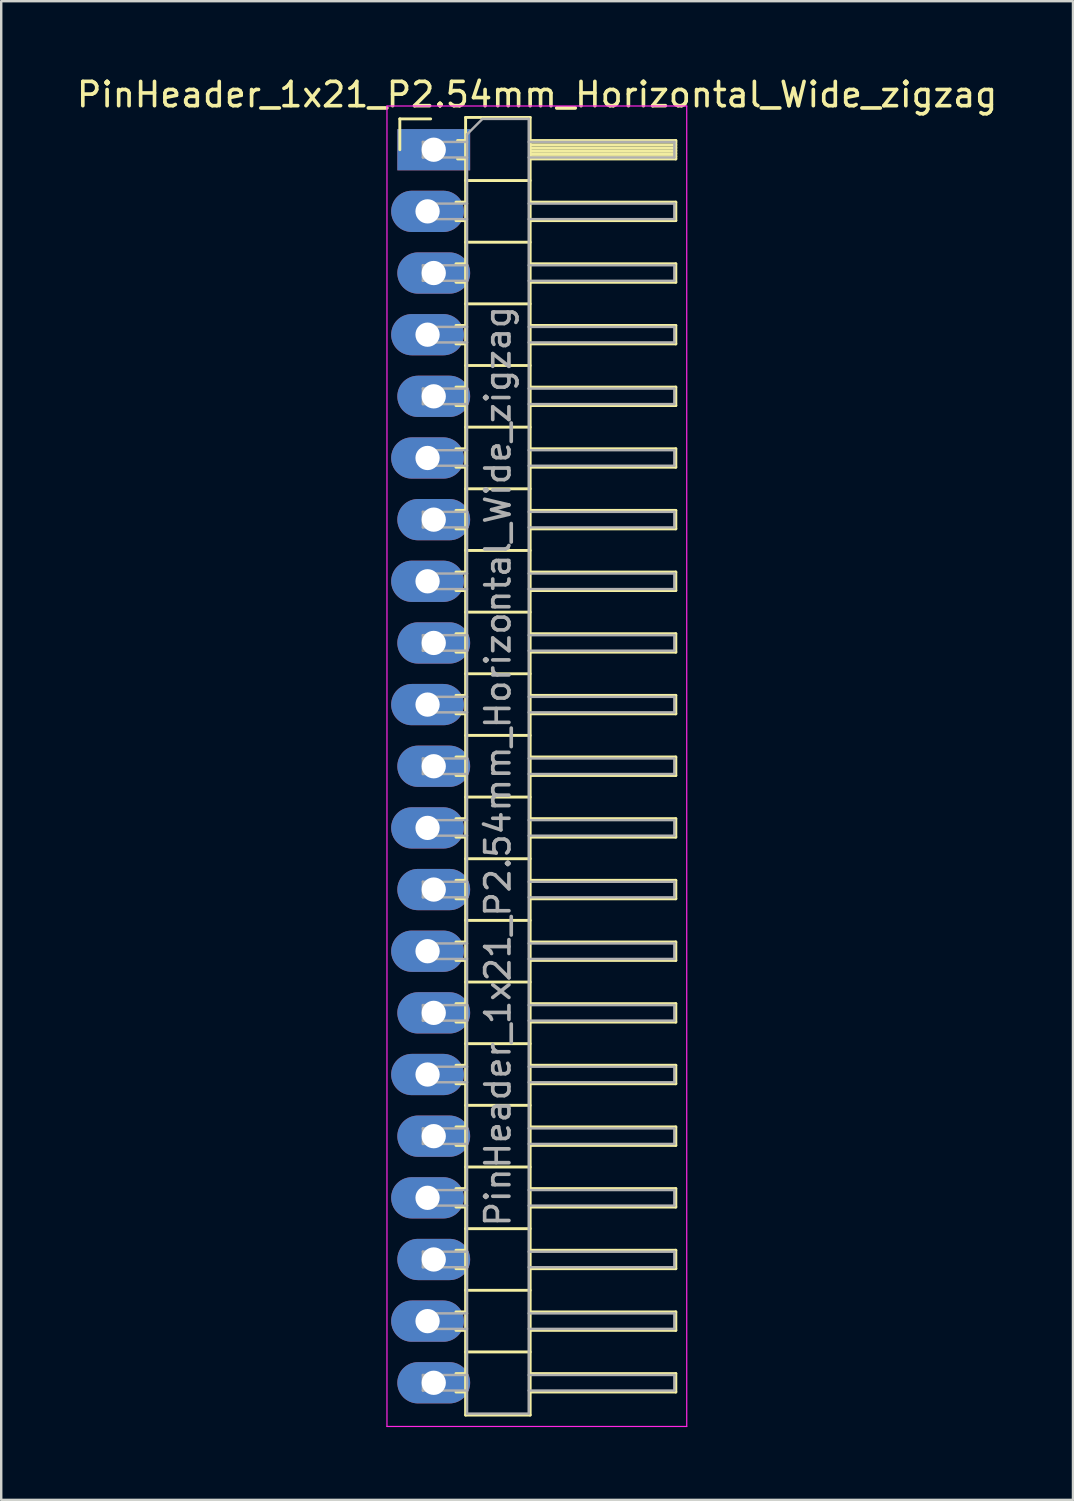
<source format=kicad_pcb>
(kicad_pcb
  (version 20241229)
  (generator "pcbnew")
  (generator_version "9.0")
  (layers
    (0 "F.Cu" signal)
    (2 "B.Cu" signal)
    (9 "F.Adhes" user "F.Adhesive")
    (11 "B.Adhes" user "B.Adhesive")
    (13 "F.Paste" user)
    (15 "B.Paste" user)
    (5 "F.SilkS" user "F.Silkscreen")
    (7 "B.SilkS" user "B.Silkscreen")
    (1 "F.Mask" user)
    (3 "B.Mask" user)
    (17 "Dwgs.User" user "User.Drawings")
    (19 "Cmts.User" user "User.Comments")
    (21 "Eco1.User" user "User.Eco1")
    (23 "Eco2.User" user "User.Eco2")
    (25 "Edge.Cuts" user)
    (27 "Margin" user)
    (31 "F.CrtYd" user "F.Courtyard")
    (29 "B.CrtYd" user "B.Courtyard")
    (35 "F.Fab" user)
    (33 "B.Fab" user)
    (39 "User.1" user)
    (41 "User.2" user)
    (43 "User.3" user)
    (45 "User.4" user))
  (footprint "PinHeader_1x21_P2.54mm_Horizontal_Wide_zigzag"
    (layer "F.Cu")
    (at 14.692 3.118)
    (property "Reference" "PinHeader_1x21_P2.54mm_Horizontal_Wide_zigzag" (at 4.385 -2.27 0) (layer "F.SilkS") (effects (font (size 1 1) (thickness 0.15))))
    (attr through_hole)
    (fp_line (start -1.27 -1.27) (end 0 -1.27) (stroke (width 0.12) (type solid)) (layer "F.SilkS"))
    (fp_line (start -1.27 0) (end -1.27 -1.27) (stroke (width 0.12) (type solid)) (layer "F.SilkS"))
    (fp_line (start 1.043 2.16) (end 1.44 2.16) (stroke (width 0.12) (type solid)) (layer "F.SilkS"))
    (fp_line (start 1.043 2.92) (end 1.44 2.92) (stroke (width 0.12) (type solid)) (layer "F.SilkS"))
    (fp_line (start 1.043 4.7) (end 1.44 4.7) (stroke (width 0.12) (type solid)) (layer "F.SilkS"))
    (fp_line (start 1.043 5.46) (end 1.44 5.46) (stroke (width 0.12) (type solid)) (layer "F.SilkS"))
    (fp_line (start 1.043 7.24) (end 1.44 7.24) (stroke (width 0.12) (type solid)) (layer "F.SilkS"))
    (fp_line (start 1.043 8) (end 1.44 8) (stroke (width 0.12) (type solid)) (layer "F.SilkS"))
    (fp_line (start 1.043 9.78) (end 1.44 9.78) (stroke (width 0.12) (type solid)) (layer "F.SilkS"))
    (fp_line (start 1.043 10.54) (end 1.44 10.54) (stroke (width 0.12) (type solid)) (layer "F.SilkS"))
    (fp_line (start 1.043 12.32) (end 1.44 12.32) (stroke (width 0.12) (type solid)) (layer "F.SilkS"))
    (fp_line (start 1.043 13.08) (end 1.44 13.08) (stroke (width 0.12) (type solid)) (layer "F.SilkS"))
    (fp_line (start 1.043 14.86) (end 1.44 14.86) (stroke (width 0.12) (type solid)) (layer "F.SilkS"))
    (fp_line (start 1.043 15.62) (end 1.44 15.62) (stroke (width 0.12) (type solid)) (layer "F.SilkS"))
    (fp_line (start 1.043 17.4) (end 1.44 17.4) (stroke (width 0.12) (type solid)) (layer "F.SilkS"))
    (fp_line (start 1.043 18.16) (end 1.44 18.16) (stroke (width 0.12) (type solid)) (layer "F.SilkS"))
    (fp_line (start 1.043 19.94) (end 1.44 19.94) (stroke (width 0.12) (type solid)) (layer "F.SilkS"))
    (fp_line (start 1.043 20.7) (end 1.44 20.7) (stroke (width 0.12) (type solid)) (layer "F.SilkS"))
    (fp_line (start 1.043 22.48) (end 1.44 22.48) (stroke (width 0.12) (type solid)) (layer "F.SilkS"))
    (fp_line (start 1.043 23.24) (end 1.44 23.24) (stroke (width 0.12) (type solid)) (layer "F.SilkS"))
    (fp_line (start 1.043 25.02) (end 1.44 25.02) (stroke (width 0.12) (type solid)) (layer "F.SilkS"))
    (fp_line (start 1.043 25.78) (end 1.44 25.78) (stroke (width 0.12) (type solid)) (layer "F.SilkS"))
    (fp_line (start 1.043 27.56) (end 1.44 27.56) (stroke (width 0.12) (type solid)) (layer "F.SilkS"))
    (fp_line (start 1.043 28.32) (end 1.44 28.32) (stroke (width 0.12) (type solid)) (layer "F.SilkS"))
    (fp_line (start 1.043 30.1) (end 1.44 30.1) (stroke (width 0.12) (type solid)) (layer "F.SilkS"))
    (fp_line (start 1.043 30.86) (end 1.44 30.86) (stroke (width 0.12) (type solid)) (layer "F.SilkS"))
    (fp_line (start 1.043 32.64) (end 1.44 32.64) (stroke (width 0.12) (type solid)) (layer "F.SilkS"))
    (fp_line (start 1.043 33.4) (end 1.44 33.4) (stroke (width 0.12) (type solid)) (layer "F.SilkS"))
    (fp_line (start 1.043 35.18) (end 1.44 35.18) (stroke (width 0.12) (type solid)) (layer "F.SilkS"))
    (fp_line (start 1.043 35.94) (end 1.44 35.94) (stroke (width 0.12) (type solid)) (layer "F.SilkS"))
    (fp_line (start 1.043 37.72) (end 1.44 37.72) (stroke (width 0.12) (type solid)) (layer "F.SilkS"))
    (fp_line (start 1.043 38.48) (end 1.44 38.48) (stroke (width 0.12) (type solid)) (layer "F.SilkS"))
    (fp_line (start 1.043 40.26) (end 1.44 40.26) (stroke (width 0.12) (type solid)) (layer "F.SilkS"))
    (fp_line (start 1.043 41.02) (end 1.44 41.02) (stroke (width 0.12) (type solid)) (layer "F.SilkS"))
    (fp_line (start 1.043 42.8) (end 1.44 42.8) (stroke (width 0.12) (type solid)) (layer "F.SilkS"))
    (fp_line (start 1.043 43.56) (end 1.44 43.56) (stroke (width 0.12) (type solid)) (layer "F.SilkS"))
    (fp_line (start 1.043 45.34) (end 1.44 45.34) (stroke (width 0.12) (type solid)) (layer "F.SilkS"))
    (fp_line (start 1.043 46.1) (end 1.44 46.1) (stroke (width 0.12) (type solid)) (layer "F.SilkS"))
    (fp_line (start 1.043 47.88) (end 1.44 47.88) (stroke (width 0.12) (type solid)) (layer "F.SilkS"))
    (fp_line (start 1.043 48.64) (end 1.44 48.64) (stroke (width 0.12) (type solid)) (layer "F.SilkS"))
    (fp_line (start 1.043 50.42) (end 1.44 50.42) (stroke (width 0.12) (type solid)) (layer "F.SilkS"))
    (fp_line (start 1.043 51.18) (end 1.44 51.18) (stroke (width 0.12) (type solid)) (layer "F.SilkS"))
    (fp_line (start 1.11 -0.38) (end 1.44 -0.38) (stroke (width 0.12) (type solid)) (layer "F.SilkS"))
    (fp_line (start 1.11 0.38) (end 1.44 0.38) (stroke (width 0.12) (type solid)) (layer "F.SilkS"))
    (fp_line (start 1.44 -1.33) (end 1.44 52.13) (stroke (width 0.12) (type solid)) (layer "F.SilkS"))
    (fp_line (start 1.44 1.27) (end 4.1 1.27) (stroke (width 0.12) (type solid)) (layer "F.SilkS"))
    (fp_line (start 1.44 3.81) (end 4.1 3.81) (stroke (width 0.12) (type solid)) (layer "F.SilkS"))
    (fp_line (start 1.44 6.35) (end 4.1 6.35) (stroke (width 0.12) (type solid)) (layer "F.SilkS"))
    (fp_line (start 1.44 8.89) (end 4.1 8.89) (stroke (width 0.12) (type solid)) (layer "F.SilkS"))
    (fp_line (start 1.44 11.43) (end 4.1 11.43) (stroke (width 0.12) (type solid)) (layer "F.SilkS"))
    (fp_line (start 1.44 13.97) (end 4.1 13.97) (stroke (width 0.12) (type solid)) (layer "F.SilkS"))
    (fp_line (start 1.44 16.51) (end 4.1 16.51) (stroke (width 0.12) (type solid)) (layer "F.SilkS"))
    (fp_line (start 1.44 19.05) (end 4.1 19.05) (stroke (width 0.12) (type solid)) (layer "F.SilkS"))
    (fp_line (start 1.44 21.59) (end 4.1 21.59) (stroke (width 0.12) (type solid)) (layer "F.SilkS"))
    (fp_line (start 1.44 24.13) (end 4.1 24.13) (stroke (width 0.12) (type solid)) (layer "F.SilkS"))
    (fp_line (start 1.44 26.67) (end 4.1 26.67) (stroke (width 0.12) (type solid)) (layer "F.SilkS"))
    (fp_line (start 1.44 29.21) (end 4.1 29.21) (stroke (width 0.12) (type solid)) (layer "F.SilkS"))
    (fp_line (start 1.44 31.75) (end 4.1 31.75) (stroke (width 0.12) (type solid)) (layer "F.SilkS"))
    (fp_line (start 1.44 34.29) (end 4.1 34.29) (stroke (width 0.12) (type solid)) (layer "F.SilkS"))
    (fp_line (start 1.44 36.83) (end 4.1 36.83) (stroke (width 0.12) (type solid)) (layer "F.SilkS"))
    (fp_line (start 1.44 39.37) (end 4.1 39.37) (stroke (width 0.12) (type solid)) (layer "F.SilkS"))
    (fp_line (start 1.44 41.91) (end 4.1 41.91) (stroke (width 0.12) (type solid)) (layer "F.SilkS"))
    (fp_line (start 1.44 44.45) (end 4.1 44.45) (stroke (width 0.12) (type solid)) (layer "F.SilkS"))
    (fp_line (start 1.44 46.99) (end 4.1 46.99) (stroke (width 0.12) (type solid)) (layer "F.SilkS"))
    (fp_line (start 1.44 49.53) (end 4.1 49.53) (stroke (width 0.12) (type solid)) (layer "F.SilkS"))
    (fp_line (start 1.44 52.13) (end 4.1 52.13) (stroke (width 0.12) (type solid)) (layer "F.SilkS"))
    (fp_line (start 4.1 -1.33) (end 1.44 -1.33) (stroke (width 0.12) (type solid)) (layer "F.SilkS"))
    (fp_line (start 4.1 -0.38) (end 10.1 -0.38) (stroke (width 0.12) (type solid)) (layer "F.SilkS"))
    (fp_line (start 4.1 -0.32) (end 10.1 -0.32) (stroke (width 0.12) (type solid)) (layer "F.SilkS"))
    (fp_line (start 4.1 -0.2) (end 10.1 -0.2) (stroke (width 0.12) (type solid)) (layer "F.SilkS"))
    (fp_line (start 4.1 -0.08) (end 10.1 -0.08) (stroke (width 0.12) (type solid)) (layer "F.SilkS"))
    (fp_line (start 4.1 0.04) (end 10.1 0.04) (stroke (width 0.12) (type solid)) (layer "F.SilkS"))
    (fp_line (start 4.1 0.16) (end 10.1 0.16) (stroke (width 0.12) (type solid)) (layer "F.SilkS"))
    (fp_line (start 4.1 0.28) (end 10.1 0.28) (stroke (width 0.12) (type solid)) (layer "F.SilkS"))
    (fp_line (start 4.1 2.16) (end 10.1 2.16) (stroke (width 0.12) (type solid)) (layer "F.SilkS"))
    (fp_line (start 4.1 4.7) (end 10.1 4.7) (stroke (width 0.12) (type solid)) (layer "F.SilkS"))
    (fp_line (start 4.1 7.24) (end 10.1 7.24) (stroke (width 0.12) (type solid)) (layer "F.SilkS"))
    (fp_line (start 4.1 9.78) (end 10.1 9.78) (stroke (width 0.12) (type solid)) (layer "F.SilkS"))
    (fp_line (start 4.1 12.32) (end 10.1 12.32) (stroke (width 0.12) (type solid)) (layer "F.SilkS"))
    (fp_line (start 4.1 14.86) (end 10.1 14.86) (stroke (width 0.12) (type solid)) (layer "F.SilkS"))
    (fp_line (start 4.1 17.4) (end 10.1 17.4) (stroke (width 0.12) (type solid)) (layer "F.SilkS"))
    (fp_line (start 4.1 19.94) (end 10.1 19.94) (stroke (width 0.12) (type solid)) (layer "F.SilkS"))
    (fp_line (start 4.1 22.48) (end 10.1 22.48) (stroke (width 0.12) (type solid)) (layer "F.SilkS"))
    (fp_line (start 4.1 25.02) (end 10.1 25.02) (stroke (width 0.12) (type solid)) (layer "F.SilkS"))
    (fp_line (start 4.1 27.56) (end 10.1 27.56) (stroke (width 0.12) (type solid)) (layer "F.SilkS"))
    (fp_line (start 4.1 30.1) (end 10.1 30.1) (stroke (width 0.12) (type solid)) (layer "F.SilkS"))
    (fp_line (start 4.1 32.64) (end 10.1 32.64) (stroke (width 0.12) (type solid)) (layer "F.SilkS"))
    (fp_line (start 4.1 35.18) (end 10.1 35.18) (stroke (width 0.12) (type solid)) (layer "F.SilkS"))
    (fp_line (start 4.1 37.72) (end 10.1 37.72) (stroke (width 0.12) (type solid)) (layer "F.SilkS"))
    (fp_line (start 4.1 40.26) (end 10.1 40.26) (stroke (width 0.12) (type solid)) (layer "F.SilkS"))
    (fp_line (start 4.1 42.8) (end 10.1 42.8) (stroke (width 0.12) (type solid)) (layer "F.SilkS"))
    (fp_line (start 4.1 45.34) (end 10.1 45.34) (stroke (width 0.12) (type solid)) (layer "F.SilkS"))
    (fp_line (start 4.1 47.88) (end 10.1 47.88) (stroke (width 0.12) (type solid)) (layer "F.SilkS"))
    (fp_line (start 4.1 50.42) (end 10.1 50.42) (stroke (width 0.12) (type solid)) (layer "F.SilkS"))
    (fp_line (start 4.1 52.13) (end 4.1 -1.33) (stroke (width 0.12) (type solid)) (layer "F.SilkS"))
    (fp_line (start 10.1 -0.38) (end 10.1 0.38) (stroke (width 0.12) (type solid)) (layer "F.SilkS"))
    (fp_line (start 10.1 0.38) (end 4.1 0.38) (stroke (width 0.12) (type solid)) (layer "F.SilkS"))
    (fp_line (start 10.1 2.16) (end 10.1 2.92) (stroke (width 0.12) (type solid)) (layer "F.SilkS"))
    (fp_line (start 10.1 2.92) (end 4.1 2.92) (stroke (width 0.12) (type solid)) (layer "F.SilkS"))
    (fp_line (start 10.1 4.7) (end 10.1 5.46) (stroke (width 0.12) (type solid)) (layer "F.SilkS"))
    (fp_line (start 10.1 5.46) (end 4.1 5.46) (stroke (width 0.12) (type solid)) (layer "F.SilkS"))
    (fp_line (start 10.1 7.24) (end 10.1 8) (stroke (width 0.12) (type solid)) (layer "F.SilkS"))
    (fp_line (start 10.1 8) (end 4.1 8) (stroke (width 0.12) (type solid)) (layer "F.SilkS"))
    (fp_line (start 10.1 9.78) (end 10.1 10.54) (stroke (width 0.12) (type solid)) (layer "F.SilkS"))
    (fp_line (start 10.1 10.54) (end 4.1 10.54) (stroke (width 0.12) (type solid)) (layer "F.SilkS"))
    (fp_line (start 10.1 12.32) (end 10.1 13.08) (stroke (width 0.12) (type solid)) (layer "F.SilkS"))
    (fp_line (start 10.1 13.08) (end 4.1 13.08) (stroke (width 0.12) (type solid)) (layer "F.SilkS"))
    (fp_line (start 10.1 14.86) (end 10.1 15.62) (stroke (width 0.12) (type solid)) (layer "F.SilkS"))
    (fp_line (start 10.1 15.62) (end 4.1 15.62) (stroke (width 0.12) (type solid)) (layer "F.SilkS"))
    (fp_line (start 10.1 17.4) (end 10.1 18.16) (stroke (width 0.12) (type solid)) (layer "F.SilkS"))
    (fp_line (start 10.1 18.16) (end 4.1 18.16) (stroke (width 0.12) (type solid)) (layer "F.SilkS"))
    (fp_line (start 10.1 19.94) (end 10.1 20.7) (stroke (width 0.12) (type solid)) (layer "F.SilkS"))
    (fp_line (start 10.1 20.7) (end 4.1 20.7) (stroke (width 0.12) (type solid)) (layer "F.SilkS"))
    (fp_line (start 10.1 22.48) (end 10.1 23.24) (stroke (width 0.12) (type solid)) (layer "F.SilkS"))
    (fp_line (start 10.1 23.24) (end 4.1 23.24) (stroke (width 0.12) (type solid)) (layer "F.SilkS"))
    (fp_line (start 10.1 25.02) (end 10.1 25.78) (stroke (width 0.12) (type solid)) (layer "F.SilkS"))
    (fp_line (start 10.1 25.78) (end 4.1 25.78) (stroke (width 0.12) (type solid)) (layer "F.SilkS"))
    (fp_line (start 10.1 27.56) (end 10.1 28.32) (stroke (width 0.12) (type solid)) (layer "F.SilkS"))
    (fp_line (start 10.1 28.32) (end 4.1 28.32) (stroke (width 0.12) (type solid)) (layer "F.SilkS"))
    (fp_line (start 10.1 30.1) (end 10.1 30.86) (stroke (width 0.12) (type solid)) (layer "F.SilkS"))
    (fp_line (start 10.1 30.86) (end 4.1 30.86) (stroke (width 0.12) (type solid)) (layer "F.SilkS"))
    (fp_line (start 10.1 32.64) (end 10.1 33.4) (stroke (width 0.12) (type solid)) (layer "F.SilkS"))
    (fp_line (start 10.1 33.4) (end 4.1 33.4) (stroke (width 0.12) (type solid)) (layer "F.SilkS"))
    (fp_line (start 10.1 35.18) (end 10.1 35.94) (stroke (width 0.12) (type solid)) (layer "F.SilkS"))
    (fp_line (start 10.1 35.94) (end 4.1 35.94) (stroke (width 0.12) (type solid)) (layer "F.SilkS"))
    (fp_line (start 10.1 37.72) (end 10.1 38.48) (stroke (width 0.12) (type solid)) (layer "F.SilkS"))
    (fp_line (start 10.1 38.48) (end 4.1 38.48) (stroke (width 0.12) (type solid)) (layer "F.SilkS"))
    (fp_line (start 10.1 40.26) (end 10.1 41.02) (stroke (width 0.12) (type solid)) (layer "F.SilkS"))
    (fp_line (start 10.1 41.02) (end 4.1 41.02) (stroke (width 0.12) (type solid)) (layer "F.SilkS"))
    (fp_line (start 10.1 42.8) (end 10.1 43.56) (stroke (width 0.12) (type solid)) (layer "F.SilkS"))
    (fp_line (start 10.1 43.56) (end 4.1 43.56) (stroke (width 0.12) (type solid)) (layer "F.SilkS"))
    (fp_line (start 10.1 45.34) (end 10.1 46.1) (stroke (width 0.12) (type solid)) (layer "F.SilkS"))
    (fp_line (start 10.1 46.1) (end 4.1 46.1) (stroke (width 0.12) (type solid)) (layer "F.SilkS"))
    (fp_line (start 10.1 47.88) (end 10.1 48.64) (stroke (width 0.12) (type solid)) (layer "F.SilkS"))
    (fp_line (start 10.1 48.64) (end 4.1 48.64) (stroke (width 0.12) (type solid)) (layer "F.SilkS"))
    (fp_line (start 10.1 50.42) (end 10.1 51.18) (stroke (width 0.12) (type solid)) (layer "F.SilkS"))
    (fp_line (start 10.1 51.18) (end 4.1 51.18) (stroke (width 0.12) (type solid)) (layer "F.SilkS"))
    (fp_line (start -1.8 -1.8) (end -1.8 52.6) (stroke (width 0.05) (type solid)) (layer "F.CrtYd"))
    (fp_line (start -1.8 52.6) (end 10.55 52.6) (stroke (width 0.05) (type solid)) (layer "F.CrtYd"))
    (fp_line (start 10.55 -1.8) (end -1.8 -1.8) (stroke (width 0.05) (type solid)) (layer "F.CrtYd"))
    (fp_line (start 10.55 52.6) (end 10.55 -1.8) (stroke (width 0.05) (type solid)) (layer "F.CrtYd"))
    (fp_line (start -0.32 -0.32) (end -0.32 0.32) (stroke (width 0.1) (type solid)) (layer "F.Fab"))
    (fp_line (start -0.32 -0.32) (end 1.5 -0.32) (stroke (width 0.1) (type solid)) (layer "F.Fab"))
    (fp_line (start -0.32 0.32) (end 1.5 0.32) (stroke (width 0.1) (type solid)) (layer "F.Fab"))
    (fp_line (start -0.32 2.22) (end -0.32 2.86) (stroke (width 0.1) (type solid)) (layer "F.Fab"))
    (fp_line (start -0.32 2.22) (end 1.5 2.22) (stroke (width 0.1) (type solid)) (layer "F.Fab"))
    (fp_line (start -0.32 2.86) (end 1.5 2.86) (stroke (width 0.1) (type solid)) (layer "F.Fab"))
    (fp_line (start -0.32 4.76) (end -0.32 5.4) (stroke (width 0.1) (type solid)) (layer "F.Fab"))
    (fp_line (start -0.32 4.76) (end 1.5 4.76) (stroke (width 0.1) (type solid)) (layer "F.Fab"))
    (fp_line (start -0.32 5.4) (end 1.5 5.4) (stroke (width 0.1) (type solid)) (layer "F.Fab"))
    (fp_line (start -0.32 7.3) (end -0.32 7.94) (stroke (width 0.1) (type solid)) (layer "F.Fab"))
    (fp_line (start -0.32 7.3) (end 1.5 7.3) (stroke (width 0.1) (type solid)) (layer "F.Fab"))
    (fp_line (start -0.32 7.94) (end 1.5 7.94) (stroke (width 0.1) (type solid)) (layer "F.Fab"))
    (fp_line (start -0.32 9.84) (end -0.32 10.48) (stroke (width 0.1) (type solid)) (layer "F.Fab"))
    (fp_line (start -0.32 9.84) (end 1.5 9.84) (stroke (width 0.1) (type solid)) (layer "F.Fab"))
    (fp_line (start -0.32 10.48) (end 1.5 10.48) (stroke (width 0.1) (type solid)) (layer "F.Fab"))
    (fp_line (start -0.32 12.38) (end -0.32 13.02) (stroke (width 0.1) (type solid)) (layer "F.Fab"))
    (fp_line (start -0.32 12.38) (end 1.5 12.38) (stroke (width 0.1) (type solid)) (layer "F.Fab"))
    (fp_line (start -0.32 13.02) (end 1.5 13.02) (stroke (width 0.1) (type solid)) (layer "F.Fab"))
    (fp_line (start -0.32 14.92) (end -0.32 15.56) (stroke (width 0.1) (type solid)) (layer "F.Fab"))
    (fp_line (start -0.32 14.92) (end 1.5 14.92) (stroke (width 0.1) (type solid)) (layer "F.Fab"))
    (fp_line (start -0.32 15.56) (end 1.5 15.56) (stroke (width 0.1) (type solid)) (layer "F.Fab"))
    (fp_line (start -0.32 17.46) (end -0.32 18.1) (stroke (width 0.1) (type solid)) (layer "F.Fab"))
    (fp_line (start -0.32 17.46) (end 1.5 17.46) (stroke (width 0.1) (type solid)) (layer "F.Fab"))
    (fp_line (start -0.32 18.1) (end 1.5 18.1) (stroke (width 0.1) (type solid)) (layer "F.Fab"))
    (fp_line (start -0.32 20) (end -0.32 20.64) (stroke (width 0.1) (type solid)) (layer "F.Fab"))
    (fp_line (start -0.32 20) (end 1.5 20) (stroke (width 0.1) (type solid)) (layer "F.Fab"))
    (fp_line (start -0.32 20.64) (end 1.5 20.64) (stroke (width 0.1) (type solid)) (layer "F.Fab"))
    (fp_line (start -0.32 22.54) (end -0.32 23.18) (stroke (width 0.1) (type solid)) (layer "F.Fab"))
    (fp_line (start -0.32 22.54) (end 1.5 22.54) (stroke (width 0.1) (type solid)) (layer "F.Fab"))
    (fp_line (start -0.32 23.18) (end 1.5 23.18) (stroke (width 0.1) (type solid)) (layer "F.Fab"))
    (fp_line (start -0.32 25.08) (end -0.32 25.72) (stroke (width 0.1) (type solid)) (layer "F.Fab"))
    (fp_line (start -0.32 25.08) (end 1.5 25.08) (stroke (width 0.1) (type solid)) (layer "F.Fab"))
    (fp_line (start -0.32 25.72) (end 1.5 25.72) (stroke (width 0.1) (type solid)) (layer "F.Fab"))
    (fp_line (start -0.32 27.62) (end -0.32 28.26) (stroke (width 0.1) (type solid)) (layer "F.Fab"))
    (fp_line (start -0.32 27.62) (end 1.5 27.62) (stroke (width 0.1) (type solid)) (layer "F.Fab"))
    (fp_line (start -0.32 28.26) (end 1.5 28.26) (stroke (width 0.1) (type solid)) (layer "F.Fab"))
    (fp_line (start -0.32 30.16) (end -0.32 30.8) (stroke (width 0.1) (type solid)) (layer "F.Fab"))
    (fp_line (start -0.32 30.16) (end 1.5 30.16) (stroke (width 0.1) (type solid)) (layer "F.Fab"))
    (fp_line (start -0.32 30.8) (end 1.5 30.8) (stroke (width 0.1) (type solid)) (layer "F.Fab"))
    (fp_line (start -0.32 32.7) (end -0.32 33.34) (stroke (width 0.1) (type solid)) (layer "F.Fab"))
    (fp_line (start -0.32 32.7) (end 1.5 32.7) (stroke (width 0.1) (type solid)) (layer "F.Fab"))
    (fp_line (start -0.32 33.34) (end 1.5 33.34) (stroke (width 0.1) (type solid)) (layer "F.Fab"))
    (fp_line (start -0.32 35.24) (end -0.32 35.88) (stroke (width 0.1) (type solid)) (layer "F.Fab"))
    (fp_line (start -0.32 35.24) (end 1.5 35.24) (stroke (width 0.1) (type solid)) (layer "F.Fab"))
    (fp_line (start -0.32 35.88) (end 1.5 35.88) (stroke (width 0.1) (type solid)) (layer "F.Fab"))
    (fp_line (start -0.32 37.78) (end -0.32 38.42) (stroke (width 0.1) (type solid)) (layer "F.Fab"))
    (fp_line (start -0.32 37.78) (end 1.5 37.78) (stroke (width 0.1) (type solid)) (layer "F.Fab"))
    (fp_line (start -0.32 38.42) (end 1.5 38.42) (stroke (width 0.1) (type solid)) (layer "F.Fab"))
    (fp_line (start -0.32 40.32) (end -0.32 40.96) (stroke (width 0.1) (type solid)) (layer "F.Fab"))
    (fp_line (start -0.32 40.32) (end 1.5 40.32) (stroke (width 0.1) (type solid)) (layer "F.Fab"))
    (fp_line (start -0.32 40.96) (end 1.5 40.96) (stroke (width 0.1) (type solid)) (layer "F.Fab"))
    (fp_line (start -0.32 42.86) (end -0.32 43.5) (stroke (width 0.1) (type solid)) (layer "F.Fab"))
    (fp_line (start -0.32 42.86) (end 1.5 42.86) (stroke (width 0.1) (type solid)) (layer "F.Fab"))
    (fp_line (start -0.32 43.5) (end 1.5 43.5) (stroke (width 0.1) (type solid)) (layer "F.Fab"))
    (fp_line (start -0.32 45.4) (end -0.32 46.04) (stroke (width 0.1) (type solid)) (layer "F.Fab"))
    (fp_line (start -0.32 45.4) (end 1.5 45.4) (stroke (width 0.1) (type solid)) (layer "F.Fab"))
    (fp_line (start -0.32 46.04) (end 1.5 46.04) (stroke (width 0.1) (type solid)) (layer "F.Fab"))
    (fp_line (start -0.32 47.94) (end -0.32 48.58) (stroke (width 0.1) (type solid)) (layer "F.Fab"))
    (fp_line (start -0.32 47.94) (end 1.5 47.94) (stroke (width 0.1) (type solid)) (layer "F.Fab"))
    (fp_line (start -0.32 48.58) (end 1.5 48.58) (stroke (width 0.1) (type solid)) (layer "F.Fab"))
    (fp_line (start -0.32 50.48) (end -0.32 51.12) (stroke (width 0.1) (type solid)) (layer "F.Fab"))
    (fp_line (start -0.32 50.48) (end 1.5 50.48) (stroke (width 0.1) (type solid)) (layer "F.Fab"))
    (fp_line (start -0.32 51.12) (end 1.5 51.12) (stroke (width 0.1) (type solid)) (layer "F.Fab"))
    (fp_line (start 1.5 -0.635) (end 2.135 -1.27) (stroke (width 0.1) (type solid)) (layer "F.Fab"))
    (fp_line (start 1.5 52.07) (end 1.5 -0.635) (stroke (width 0.1) (type solid)) (layer "F.Fab"))
    (fp_line (start 2.135 -1.27) (end 4.04 -1.27) (stroke (width 0.1) (type solid)) (layer "F.Fab"))
    (fp_line (start 4.04 -1.27) (end 4.04 52.07) (stroke (width 0.1) (type solid)) (layer "F.Fab"))
    (fp_line (start 4.04 -0.32) (end 10.04 -0.32) (stroke (width 0.1) (type solid)) (layer "F.Fab"))
    (fp_line (start 4.04 0.32) (end 10.04 0.32) (stroke (width 0.1) (type solid)) (layer "F.Fab"))
    (fp_line (start 4.04 2.22) (end 10.04 2.22) (stroke (width 0.1) (type solid)) (layer "F.Fab"))
    (fp_line (start 4.04 2.86) (end 10.04 2.86) (stroke (width 0.1) (type solid)) (layer "F.Fab"))
    (fp_line (start 4.04 4.76) (end 10.04 4.76) (stroke (width 0.1) (type solid)) (layer "F.Fab"))
    (fp_line (start 4.04 5.4) (end 10.04 5.4) (stroke (width 0.1) (type solid)) (layer "F.Fab"))
    (fp_line (start 4.04 7.3) (end 10.04 7.3) (stroke (width 0.1) (type solid)) (layer "F.Fab"))
    (fp_line (start 4.04 7.94) (end 10.04 7.94) (stroke (width 0.1) (type solid)) (layer "F.Fab"))
    (fp_line (start 4.04 9.84) (end 10.04 9.84) (stroke (width 0.1) (type solid)) (layer "F.Fab"))
    (fp_line (start 4.04 10.48) (end 10.04 10.48) (stroke (width 0.1) (type solid)) (layer "F.Fab"))
    (fp_line (start 4.04 12.38) (end 10.04 12.38) (stroke (width 0.1) (type solid)) (layer "F.Fab"))
    (fp_line (start 4.04 13.02) (end 10.04 13.02) (stroke (width 0.1) (type solid)) (layer "F.Fab"))
    (fp_line (start 4.04 14.92) (end 10.04 14.92) (stroke (width 0.1) (type solid)) (layer "F.Fab"))
    (fp_line (start 4.04 15.56) (end 10.04 15.56) (stroke (width 0.1) (type solid)) (layer "F.Fab"))
    (fp_line (start 4.04 17.46) (end 10.04 17.46) (stroke (width 0.1) (type solid)) (layer "F.Fab"))
    (fp_line (start 4.04 18.1) (end 10.04 18.1) (stroke (width 0.1) (type solid)) (layer "F.Fab"))
    (fp_line (start 4.04 20) (end 10.04 20) (stroke (width 0.1) (type solid)) (layer "F.Fab"))
    (fp_line (start 4.04 20.64) (end 10.04 20.64) (stroke (width 0.1) (type solid)) (layer "F.Fab"))
    (fp_line (start 4.04 22.54) (end 10.04 22.54) (stroke (width 0.1) (type solid)) (layer "F.Fab"))
    (fp_line (start 4.04 23.18) (end 10.04 23.18) (stroke (width 0.1) (type solid)) (layer "F.Fab"))
    (fp_line (start 4.04 25.08) (end 10.04 25.08) (stroke (width 0.1) (type solid)) (layer "F.Fab"))
    (fp_line (start 4.04 25.72) (end 10.04 25.72) (stroke (width 0.1) (type solid)) (layer "F.Fab"))
    (fp_line (start 4.04 27.62) (end 10.04 27.62) (stroke (width 0.1) (type solid)) (layer "F.Fab"))
    (fp_line (start 4.04 28.26) (end 10.04 28.26) (stroke (width 0.1) (type solid)) (layer "F.Fab"))
    (fp_line (start 4.04 30.16) (end 10.04 30.16) (stroke (width 0.1) (type solid)) (layer "F.Fab"))
    (fp_line (start 4.04 30.8) (end 10.04 30.8) (stroke (width 0.1) (type solid)) (layer "F.Fab"))
    (fp_line (start 4.04 32.7) (end 10.04 32.7) (stroke (width 0.1) (type solid)) (layer "F.Fab"))
    (fp_line (start 4.04 33.34) (end 10.04 33.34) (stroke (width 0.1) (type solid)) (layer "F.Fab"))
    (fp_line (start 4.04 35.24) (end 10.04 35.24) (stroke (width 0.1) (type solid)) (layer "F.Fab"))
    (fp_line (start 4.04 35.88) (end 10.04 35.88) (stroke (width 0.1) (type solid)) (layer "F.Fab"))
    (fp_line (start 4.04 37.78) (end 10.04 37.78) (stroke (width 0.1) (type solid)) (layer "F.Fab"))
    (fp_line (start 4.04 38.42) (end 10.04 38.42) (stroke (width 0.1) (type solid)) (layer "F.Fab"))
    (fp_line (start 4.04 40.32) (end 10.04 40.32) (stroke (width 0.1) (type solid)) (layer "F.Fab"))
    (fp_line (start 4.04 40.96) (end 10.04 40.96) (stroke (width 0.1) (type solid)) (layer "F.Fab"))
    (fp_line (start 4.04 42.86) (end 10.04 42.86) (stroke (width 0.1) (type solid)) (layer "F.Fab"))
    (fp_line (start 4.04 43.5) (end 10.04 43.5) (stroke (width 0.1) (type solid)) (layer "F.Fab"))
    (fp_line (start 4.04 45.4) (end 10.04 45.4) (stroke (width 0.1) (type solid)) (layer "F.Fab"))
    (fp_line (start 4.04 46.04) (end 10.04 46.04) (stroke (width 0.1) (type solid)) (layer "F.Fab"))
    (fp_line (start 4.04 47.94) (end 10.04 47.94) (stroke (width 0.1) (type solid)) (layer "F.Fab"))
    (fp_line (start 4.04 48.58) (end 10.04 48.58) (stroke (width 0.1) (type solid)) (layer "F.Fab"))
    (fp_line (start 4.04 50.48) (end 10.04 50.48) (stroke (width 0.1) (type solid)) (layer "F.Fab"))
    (fp_line (start 4.04 51.12) (end 10.04 51.12) (stroke (width 0.1) (type solid)) (layer "F.Fab"))
    (fp_line (start 4.04 52.07) (end 1.5 52.07) (stroke (width 0.1) (type solid)) (layer "F.Fab"))
    (fp_line (start 10.04 -0.32) (end 10.04 0.32) (stroke (width 0.1) (type solid)) (layer "F.Fab"))
    (fp_line (start 10.04 2.22) (end 10.04 2.86) (stroke (width 0.1) (type solid)) (layer "F.Fab"))
    (fp_line (start 10.04 4.76) (end 10.04 5.4) (stroke (width 0.1) (type solid)) (layer "F.Fab"))
    (fp_line (start 10.04 7.3) (end 10.04 7.94) (stroke (width 0.1) (type solid)) (layer "F.Fab"))
    (fp_line (start 10.04 9.84) (end 10.04 10.48) (stroke (width 0.1) (type solid)) (layer "F.Fab"))
    (fp_line (start 10.04 12.38) (end 10.04 13.02) (stroke (width 0.1) (type solid)) (layer "F.Fab"))
    (fp_line (start 10.04 14.92) (end 10.04 15.56) (stroke (width 0.1) (type solid)) (layer "F.Fab"))
    (fp_line (start 10.04 17.46) (end 10.04 18.1) (stroke (width 0.1) (type solid)) (layer "F.Fab"))
    (fp_line (start 10.04 20) (end 10.04 20.64) (stroke (width 0.1) (type solid)) (layer "F.Fab"))
    (fp_line (start 10.04 22.54) (end 10.04 23.18) (stroke (width 0.1) (type solid)) (layer "F.Fab"))
    (fp_line (start 10.04 25.08) (end 10.04 25.72) (stroke (width 0.1) (type solid)) (layer "F.Fab"))
    (fp_line (start 10.04 27.62) (end 10.04 28.26) (stroke (width 0.1) (type solid)) (layer "F.Fab"))
    (fp_line (start 10.04 30.16) (end 10.04 30.8) (stroke (width 0.1) (type solid)) (layer "F.Fab"))
    (fp_line (start 10.04 32.7) (end 10.04 33.34) (stroke (width 0.1) (type solid)) (layer "F.Fab"))
    (fp_line (start 10.04 35.24) (end 10.04 35.88) (stroke (width 0.1) (type solid)) (layer "F.Fab"))
    (fp_line (start 10.04 37.78) (end 10.04 38.42) (stroke (width 0.1) (type solid)) (layer "F.Fab"))
    (fp_line (start 10.04 40.32) (end 10.04 40.96) (stroke (width 0.1) (type solid)) (layer "F.Fab"))
    (fp_line (start 10.04 42.86) (end 10.04 43.5) (stroke (width 0.1) (type solid)) (layer "F.Fab"))
    (fp_line (start 10.04 45.4) (end 10.04 46.04) (stroke (width 0.1) (type solid)) (layer "F.Fab"))
    (fp_line (start 10.04 47.94) (end 10.04 48.58) (stroke (width 0.1) (type solid)) (layer "F.Fab"))
    (fp_line (start 10.04 50.48) (end 10.04 51.12) (stroke (width 0.1) (type solid)) (layer "F.Fab"))
    (fp_text user "${REFERENCE}" (at 2.77 25.4 90) (layer "F.Fab") (effects (font (size 1 1) (thickness 0.15))))
    (pad "1" thru_hole rect (at 0.127 0) (size 3 1.7) (drill 1) (layers "*.Cu" "*.Mask"))
    (pad "2" thru_hole oval (at -0.127 2.54) (size 3 1.7) (drill 1) (layers "*.Cu" "*.Mask"))
    (pad "3" thru_hole oval (at 0.127 5.08) (size 3 1.7) (drill 1) (layers "*.Cu" "*.Mask"))
    (pad "4" thru_hole oval (at -0.127 7.62) (size 3 1.7) (drill 1) (layers "*.Cu" "*.Mask"))
    (pad "5" thru_hole oval (at 0.127 10.16) (size 3 1.7) (drill 1) (layers "*.Cu" "*.Mask"))
    (pad "6" thru_hole oval (at -0.127 12.7) (size 3 1.7) (drill 1) (layers "*.Cu" "*.Mask"))
    (pad "7" thru_hole oval (at 0.127 15.24) (size 3 1.7) (drill 1) (layers "*.Cu" "*.Mask"))
    (pad "8" thru_hole oval (at -0.127 17.78) (size 3 1.7) (drill 1) (layers "*.Cu" "*.Mask"))
    (pad "9" thru_hole oval (at 0.127 20.32) (size 3 1.7) (drill 1) (layers "*.Cu" "*.Mask"))
    (pad "10" thru_hole oval (at -0.127 22.86) (size 3 1.7) (drill 1) (layers "*.Cu" "*.Mask"))
    (pad "11" thru_hole oval (at 0.127 25.4) (size 3 1.7) (drill 1) (layers "*.Cu" "*.Mask"))
    (pad "12" thru_hole oval (at -0.127 27.94) (size 3 1.7) (drill 1) (layers "*.Cu" "*.Mask"))
    (pad "13" thru_hole oval (at 0.127 30.48) (size 3 1.7) (drill 1) (layers "*.Cu" "*.Mask"))
    (pad "14" thru_hole oval (at -0.127 33.02) (size 3 1.7) (drill 1) (layers "*.Cu" "*.Mask"))
    (pad "15" thru_hole oval (at 0.127 35.56) (size 3 1.7) (drill 1) (layers "*.Cu" "*.Mask"))
    (pad "16" thru_hole oval (at -0.127 38.1) (size 3 1.7) (drill 1) (layers "*.Cu" "*.Mask"))
    (pad "17" thru_hole oval (at 0.127 40.64) (size 3 1.7) (drill 1) (layers "*.Cu" "*.Mask"))
    (pad "18" thru_hole oval (at -0.127 43.18) (size 3 1.7) (drill 1) (layers "*.Cu" "*.Mask"))
    (pad "19" thru_hole oval (at 0.127 45.72) (size 3 1.7) (drill 1) (layers "*.Cu" "*.Mask"))
    (pad "20" thru_hole oval (at -0.127 48.26) (size 3 1.7) (drill 1) (layers "*.Cu" "*.Mask"))
    (pad "21" thru_hole oval (at 0.127 50.8) (size 3 1.7) (drill 1) (layers "*.Cu" "*.Mask")))
  (gr_rect
    (start -3 -3)
    (end 41.155 58.743)
    (stroke (width 0.1) (type default))
    (fill no)
    (layer "Edge.Cuts")))
</source>
